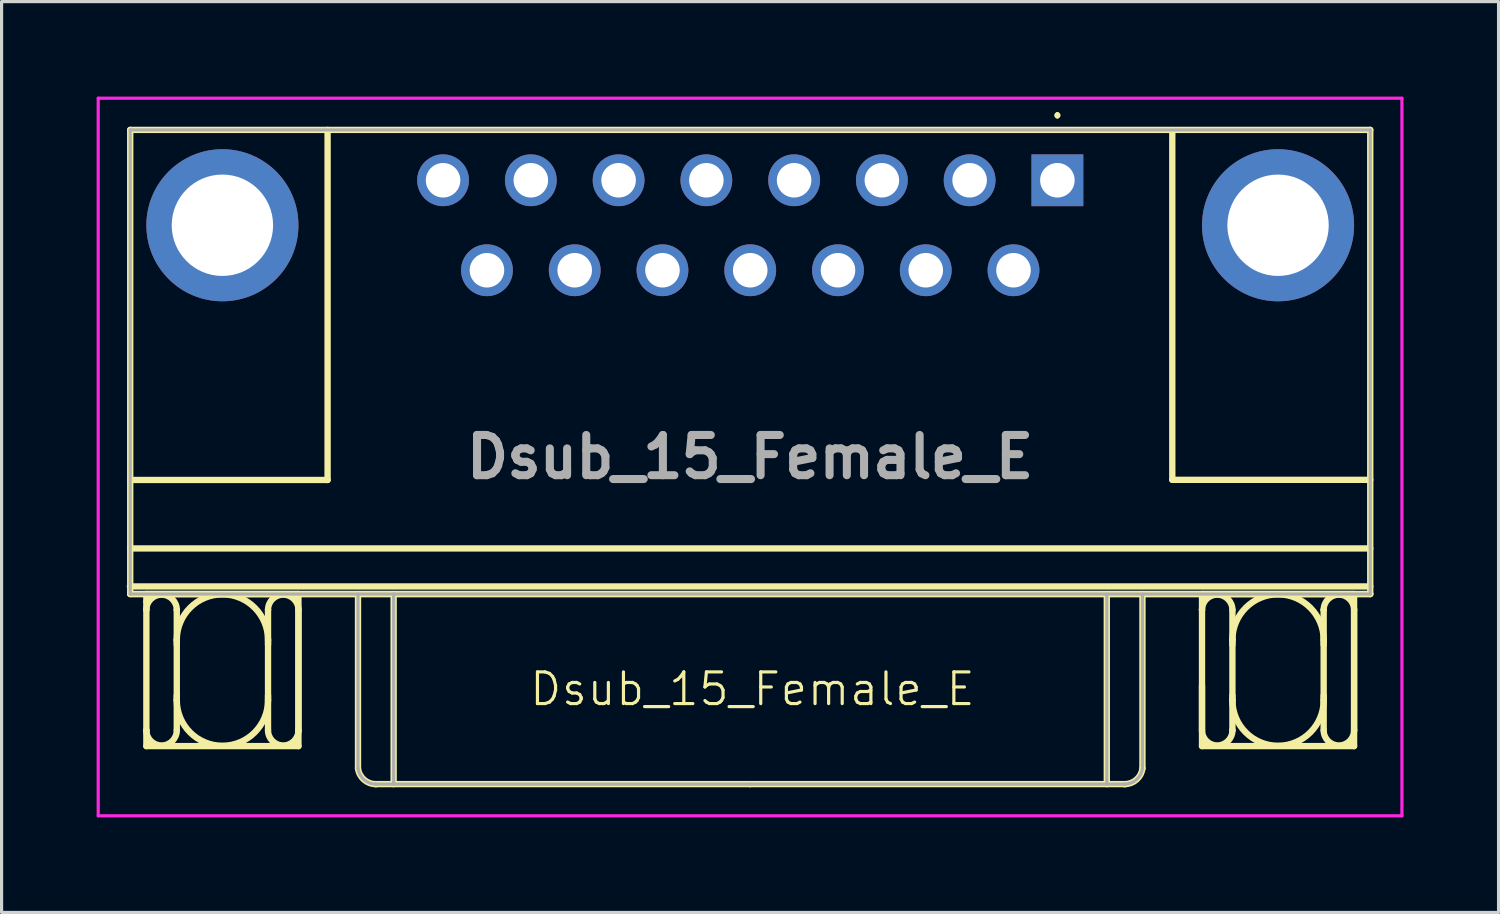
<source format=kicad_pcb>
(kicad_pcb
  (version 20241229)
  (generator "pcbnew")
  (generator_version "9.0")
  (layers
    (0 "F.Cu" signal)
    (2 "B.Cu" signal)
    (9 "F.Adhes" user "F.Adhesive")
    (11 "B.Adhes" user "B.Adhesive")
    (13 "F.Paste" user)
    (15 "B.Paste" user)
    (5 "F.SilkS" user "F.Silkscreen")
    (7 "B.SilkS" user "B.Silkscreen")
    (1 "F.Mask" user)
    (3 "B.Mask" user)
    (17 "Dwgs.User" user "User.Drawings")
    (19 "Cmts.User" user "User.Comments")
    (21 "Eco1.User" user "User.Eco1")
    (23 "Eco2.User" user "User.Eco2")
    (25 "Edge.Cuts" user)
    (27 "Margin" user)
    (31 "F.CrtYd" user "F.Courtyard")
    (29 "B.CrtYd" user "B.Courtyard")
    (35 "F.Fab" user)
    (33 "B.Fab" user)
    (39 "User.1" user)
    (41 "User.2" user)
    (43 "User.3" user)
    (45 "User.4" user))
  (footprint "Dsub_15_Female_E"
    (layer "F.Cu")
    (at 20.7 14.2)
    (property "Reference" "Dsub_15_Female_E" (at 0 4.5 0) (unlocked yes) (layer "F.SilkS") (effects (font (size 1 1) (thickness 0.1))))
    (attr through_hole)
    (fp_line (start -19.65 1.26) (end 19.5 1.26) (stroke (width 0.2) (type solid)) (layer "F.SilkS"))
    (fp_line (start -19.64 -13.15) (end 19.5 -13.15) (stroke (width 0.2) (type solid)) (layer "F.SilkS"))
    (fp_line (start -19.64 -2.1) (end -13.41 -2.1) (stroke (width 0.2) (type solid)) (layer "F.SilkS"))
    (fp_line (start -19.64 0.06) (end 19.5 0.06) (stroke (width 0.2) (type solid)) (layer "F.SilkS"))
    (fp_line (start -19.64 1.5) (end -19.64 -13.15) (stroke (width 0.2) (type solid)) (layer "F.SilkS"))
    (fp_line (start -19.64 1.5) (end 19.5 1.5) (stroke (width 0.2) (type solid)) (layer "F.SilkS"))
    (fp_line (start -19.13 1.5) (end -19.13 1.74) (stroke (width 0.2) (type solid)) (layer "F.SilkS"))
    (fp_line (start -19.13 1.74) (end -19.13 1.98) (stroke (width 0.2) (type solid)) (layer "F.SilkS"))
    (fp_line (start -19.13 2) (end -19.13 5.8) (stroke (width 0.2) (type solid)) (layer "F.SilkS"))
    (fp_line (start -19.13 5.8) (end -19.13 5.8) (stroke (width 0.2) (type solid)) (layer "F.SilkS"))
    (fp_line (start -19.13 5.82) (end -19.13 6.3) (stroke (width 0.2) (type solid)) (layer "F.SilkS"))
    (fp_line (start -19.13 6.3) (end -14.33 6.3) (stroke (width 0.2) (type solid)) (layer "F.SilkS"))
    (fp_line (start -18.17 2) (end -18.17 2) (stroke (width 0.2) (type solid)) (layer "F.SilkS"))
    (fp_line (start -18.17 2.95) (end -18.17 2.95) (stroke (width 0.2) (type solid)) (layer "F.SilkS"))
    (fp_line (start -18.17 3.1) (end -18.17 2.95) (stroke (width 0.2) (type solid)) (layer "F.SilkS"))
    (fp_line (start -18.17 4.7) (end -18.17 4.85) (stroke (width 0.2) (type solid)) (layer "F.SilkS"))
    (fp_line (start -18.17 4.85) (end -18.17 4.85) (stroke (width 0.2) (type solid)) (layer "F.SilkS"))
    (fp_line (start -18.17 5.8) (end -18.17 2) (stroke (width 0.2) (type solid)) (layer "F.SilkS"))
    (fp_line (start -15.29 2) (end -15.29 2) (stroke (width 0.2) (type solid)) (layer "F.SilkS"))
    (fp_line (start -15.29 2.95) (end -15.29 3.1) (stroke (width 0.2) (type solid)) (layer "F.SilkS"))
    (fp_line (start -15.29 4.85) (end -15.29 4.7) (stroke (width 0.2) (type solid)) (layer "F.SilkS"))
    (fp_line (start -15.29 5.8) (end -15.29 2) (stroke (width 0.2) (type solid)) (layer "F.SilkS"))
    (fp_line (start -14.33 1.5) (end -19.13 1.5) (stroke (width 0.2) (type solid)) (layer "F.SilkS"))
    (fp_line (start -14.33 2) (end -14.33 5.8) (stroke (width 0.2) (type solid)) (layer "F.SilkS"))
    (fp_line (start -14.33 5.8) (end -14.33 5.8) (stroke (width 0.2) (type solid)) (layer "F.SilkS"))
    (fp_line (start -14.33 6.3) (end -14.33 1.5) (stroke (width 0.2) (type solid)) (layer "F.SilkS"))
    (fp_line (start -13.41 -2.1) (end -13.41 -13.15) (stroke (width 0.2) (type solid)) (layer "F.SilkS"))
    (fp_line (start -12.45 7) (end -12.45 1.5) (stroke (width 0.2) (type solid)) (layer "F.SilkS"))
    (fp_line (start -11.887 7.5) (end -11.887 7.5) (stroke (width 0.2) (type solid)) (layer "F.SilkS"))
    (fp_line (start -11.325 7.5) (end -11.325 1.5) (stroke (width 0.2) (type solid)) (layer "F.SilkS"))
    (fp_line (start -0.07 7.5) (end -11.887 7.5) (stroke (width 0.2) (type solid)) (layer "F.SilkS"))
    (fp_line (start -0.07 7.5) (end 11.747 7.5) (stroke (width 0.2) (type solid)) (layer "F.SilkS"))
    (fp_line (start 9.625 -13.66) (end 9.625 -13.66) (stroke (width 0.1) (type solid)) (layer "F.SilkS"))
    (fp_line (start 9.625 -13.56) (end 9.625 -13.56) (stroke (width 0.1) (type solid)) (layer "F.SilkS"))
    (fp_line (start 11.185 7.5) (end 11.185 1.5) (stroke (width 0.2) (type solid)) (layer "F.SilkS"))
    (fp_line (start 11.747 7.5) (end 11.747 7.5) (stroke (width 0.2) (type solid)) (layer "F.SilkS"))
    (fp_line (start 12.31 7) (end 12.31 1.5) (stroke (width 0.2) (type solid)) (layer "F.SilkS"))
    (fp_line (start 13.252 -2.105) (end 13.252 -13.145) (stroke (width 0.2) (type solid)) (layer "F.SilkS"))
    (fp_line (start 14.19 1.5) (end 18.99 1.5) (stroke (width 0.2) (type solid)) (layer "F.SilkS"))
    (fp_line (start 14.19 2) (end 14.19 1.5) (stroke (width 0.2) (type solid)) (layer "F.SilkS"))
    (fp_line (start 14.19 2) (end 14.19 2) (stroke (width 0.2) (type solid)) (layer "F.SilkS"))
    (fp_line (start 14.19 5.8) (end 14.19 2) (stroke (width 0.2) (type solid)) (layer "F.SilkS"))
    (fp_line (start 14.19 6.3) (end 14.19 4.38) (stroke (width 0.2) (type solid)) (layer "F.SilkS"))
    (fp_line (start 15.15 2) (end 15.15 5.8) (stroke (width 0.2) (type solid)) (layer "F.SilkS"))
    (fp_line (start 15.15 2.95) (end 15.15 2.95) (stroke (width 0.2) (type solid)) (layer "F.SilkS"))
    (fp_line (start 15.15 3.1) (end 15.15 2.95) (stroke (width 0.2) (type solid)) (layer "F.SilkS"))
    (fp_line (start 15.15 4.7) (end 15.15 4.85) (stroke (width 0.2) (type solid)) (layer "F.SilkS"))
    (fp_line (start 15.15 4.85) (end 15.15 4.85) (stroke (width 0.2) (type solid)) (layer "F.SilkS"))
    (fp_line (start 15.15 5.8) (end 15.15 5.8) (stroke (width 0.2) (type solid)) (layer "F.SilkS"))
    (fp_line (start 18.03 2) (end 18.03 2) (stroke (width 0.2) (type solid)) (layer "F.SilkS"))
    (fp_line (start 18.03 2.95) (end 18.03 3.1) (stroke (width 0.2) (type solid)) (layer "F.SilkS"))
    (fp_line (start 18.03 4.85) (end 18.03 4.7) (stroke (width 0.2) (type solid)) (layer "F.SilkS"))
    (fp_line (start 18.03 5.8) (end 18.03 2) (stroke (width 0.2) (type solid)) (layer "F.SilkS"))
    (fp_line (start 18.99 1.5) (end 18.99 6.3) (stroke (width 0.2) (type solid)) (layer "F.SilkS"))
    (fp_line (start 18.99 2) (end 18.99 5.8) (stroke (width 0.2) (type solid)) (layer "F.SilkS"))
    (fp_line (start 18.99 5.8) (end 18.99 5.8) (stroke (width 0.2) (type solid)) (layer "F.SilkS"))
    (fp_line (start 18.99 6.3) (end 14.19 6.3) (stroke (width 0.2) (type solid)) (layer "F.SilkS"))
    (fp_line (start 19.5 -13.15) (end 19.5 1.5) (stroke (width 0.2) (type solid)) (layer "F.SilkS"))
    (fp_line (start 19.5 -2.105) (end 13.252 -2.105) (stroke (width 0.2) (type solid)) (layer "F.SilkS"))
    (fp_line (start 19.5 1.5) (end -19.64 1.5) (stroke (width 0.2) (type solid)) (layer "F.SilkS"))
    (fp_arc (start -19.13 2) (mid -18.65 1.52) (end -18.17 2) (stroke (width 0.2) (type solid)) (layer "F.SilkS"))
    (fp_arc (start -18.17 2.95) (mid -16.73 1.51) (end -15.29 2.95) (stroke (width 0.2) (type solid)) (layer "F.SilkS"))
    (fp_arc (start -18.17 5.8) (mid -18.65 6.28) (end -19.13 5.8) (stroke (width 0.2) (type solid)) (layer "F.SilkS"))
    (fp_arc (start -15.29 2) (mid -14.81 1.52) (end -14.33 2) (stroke (width 0.2) (type solid)) (layer "F.SilkS"))
    (fp_arc (start -15.29 4.85) (mid -16.73 6.29) (end -18.17 4.85) (stroke (width 0.2) (type solid)) (layer "F.SilkS"))
    (fp_arc (start -14.33 5.8) (mid -14.81 6.28) (end -15.29 5.8) (stroke (width 0.2) (type solid)) (layer "F.SilkS"))
    (fp_arc (start -11.887 7.5) (mid -12.26324 7.357459) (end -12.449956 7.001072) (stroke (width 0.2) (type solid)) (layer "F.SilkS"))
    (fp_arc (start 9.625 -13.66) (mid 9.675 -13.61) (end 9.625 -13.56) (stroke (width 0.1) (type solid)) (layer "F.SilkS"))
    (fp_arc (start 9.625 -13.56) (mid 9.575 -13.61) (end 9.625 -13.66) (stroke (width 0.1) (type solid)) (layer "F.SilkS"))
    (fp_arc (start 12.309956 7.001072) (mid 12.123241 7.35746) (end 11.747 7.5) (stroke (width 0.2) (type solid)) (layer "F.SilkS"))
    (fp_arc (start 14.19 2) (mid 14.67 1.52) (end 15.15 2) (stroke (width 0.2) (type solid)) (layer "F.SilkS"))
    (fp_arc (start 15.15 2.95) (mid 16.59 1.51) (end 18.03 2.95) (stroke (width 0.2) (type solid)) (layer "F.SilkS"))
    (fp_arc (start 15.15 5.8) (mid 14.67 6.28) (end 14.19 5.8) (stroke (width 0.2) (type solid)) (layer "F.SilkS"))
    (fp_arc (start 18.03 2) (mid 18.51 1.52) (end 18.99 2) (stroke (width 0.2) (type solid)) (layer "F.SilkS"))
    (fp_arc (start 18.03 4.85) (mid 16.59 6.29) (end 15.15 4.85) (stroke (width 0.2) (type solid)) (layer "F.SilkS"))
    (fp_arc (start 18.99 5.8) (mid 18.51 6.28) (end 18.03 5.8) (stroke (width 0.2) (type solid)) (layer "F.SilkS"))
    (fp_line (start -20.65 -14.15) (end 20.5 -14.15) (stroke (width 0.1) (type solid)) (layer "F.CrtYd"))
    (fp_line (start -20.65 8.5) (end -20.65 -14.15) (stroke (width 0.1) (type solid)) (layer "F.CrtYd"))
    (fp_line (start 20.5 -14.15) (end 20.5 8.5) (stroke (width 0.1) (type solid)) (layer "F.CrtYd"))
    (fp_line (start 20.5 8.5) (end -20.65 8.5) (stroke (width 0.1) (type solid)) (layer "F.CrtYd"))
    (fp_line (start -19.64 -13.15) (end 19.5 -13.15) (stroke (width 0.1) (type solid)) (layer "F.Fab"))
    (fp_line (start -19.64 1.5) (end -19.64 -13.15) (stroke (width 0.1) (type solid)) (layer "F.Fab"))
    (fp_line (start -12.45 7) (end -12.45 1.5) (stroke (width 0.1) (type solid)) (layer "F.Fab"))
    (fp_line (start -11.887 7.5) (end -11.887 7.5) (stroke (width 0.1) (type solid)) (layer "F.Fab"))
    (fp_line (start -11.325 7.5) (end -11.325 1.5) (stroke (width 0.1) (type solid)) (layer "F.Fab"))
    (fp_line (start -0.07 7.5) (end -11.887 7.5) (stroke (width 0.1) (type solid)) (layer "F.Fab"))
    (fp_line (start -0.07 7.5) (end 11.747 7.5) (stroke (width 0.1) (type solid)) (layer "F.Fab"))
    (fp_line (start 11.185 7.5) (end 11.185 1.5) (stroke (width 0.1) (type solid)) (layer "F.Fab"))
    (fp_line (start 11.747 7.5) (end 11.747 7.5) (stroke (width 0.1) (type solid)) (layer "F.Fab"))
    (fp_line (start 12.31 7) (end 12.31 1.5) (stroke (width 0.1) (type solid)) (layer "F.Fab"))
    (fp_line (start 19.5 -13.15) (end 19.5 1.5) (stroke (width 0.1) (type solid)) (layer "F.Fab"))
    (fp_line (start 19.5 1.5) (end -19.64 1.5) (stroke (width 0.1) (type solid)) (layer "F.Fab"))
    (fp_arc (start -11.887 7.5) (mid -12.26324 7.357459) (end -12.449956 7.001072) (stroke (width 0.1) (type solid)) (layer "F.Fab"))
    (fp_arc (start 12.309956 7.001072) (mid 12.123241 7.35746) (end 11.747 7.5) (stroke (width 0.1) (type solid)) (layer "F.Fab"))
    (fp_text user "${REFERENCE}" (at -0.075 -2.825 0) (layer "F.Fab") (effects (font (size 1.27 1.27) (thickness 0.254))))
    (pad "1" thru_hole rect (at 9.625 -11.56) (size 1.635 1.635) (drill 1.09) (layers "*.Cu" "*.Mask"))
    (pad "2" thru_hole circle (at 6.855 -11.56) (size 1.635 1.635) (drill 1.09) (layers "*.Cu" "*.Mask"))
    (pad "3" thru_hole circle (at 4.085 -11.56) (size 1.635 1.635) (drill 1.09) (layers "*.Cu" "*.Mask"))
    (pad "4" thru_hole circle (at 1.315 -11.56) (size 1.635 1.635) (drill 1.09) (layers "*.Cu" "*.Mask"))
    (pad "5" thru_hole circle (at -1.455 -11.56) (size 1.635 1.635) (drill 1.09) (layers "*.Cu" "*.Mask"))
    (pad "6" thru_hole circle (at -4.225 -11.56) (size 1.635 1.635) (drill 1.09) (layers "*.Cu" "*.Mask"))
    (pad "7" thru_hole circle (at -6.995 -11.56) (size 1.635 1.635) (drill 1.09) (layers "*.Cu" "*.Mask"))
    (pad "8" thru_hole circle (at -9.765 -11.56) (size 1.635 1.635) (drill 1.09) (layers "*.Cu" "*.Mask"))
    (pad "9" thru_hole circle (at 8.24 -8.72) (size 1.635 1.635) (drill 1.09) (layers "*.Cu" "*.Mask"))
    (pad "10" thru_hole circle (at 5.47 -8.72) (size 1.635 1.635) (drill 1.09) (layers "*.Cu" "*.Mask"))
    (pad "11" thru_hole circle (at 2.7 -8.72) (size 1.635 1.635) (drill 1.09) (layers "*.Cu" "*.Mask"))
    (pad "12" thru_hole circle (at -0.07 -8.72) (size 1.635 1.635) (drill 1.09) (layers "*.Cu" "*.Mask"))
    (pad "13" thru_hole circle (at -2.84 -8.72) (size 1.635 1.635) (drill 1.09) (layers "*.Cu" "*.Mask"))
    (pad "14" thru_hole circle (at -5.61 -8.72) (size 1.635 1.635) (drill 1.09) (layers "*.Cu" "*.Mask"))
    (pad "15" thru_hole circle (at -8.38 -8.72) (size 1.635 1.635) (drill 1.09) (layers "*.Cu" "*.Mask"))
    (pad "MH1" thru_hole circle (at 16.59 -10.14) (size 4.8 4.8) (drill 3.2) (layers "*.Cu" "*.Mask"))
    (pad "MH2" thru_hole circle (at -16.73 -10.14) (size 4.8 4.8) (drill 3.2) (layers "*.Cu" "*.Mask")))
  (gr_rect
    (start -3 -3)
    (end 44.25 25.75)
    (stroke (width 0.1) (type default))
    (fill no)
    (layer "Edge.Cuts")))
</source>
